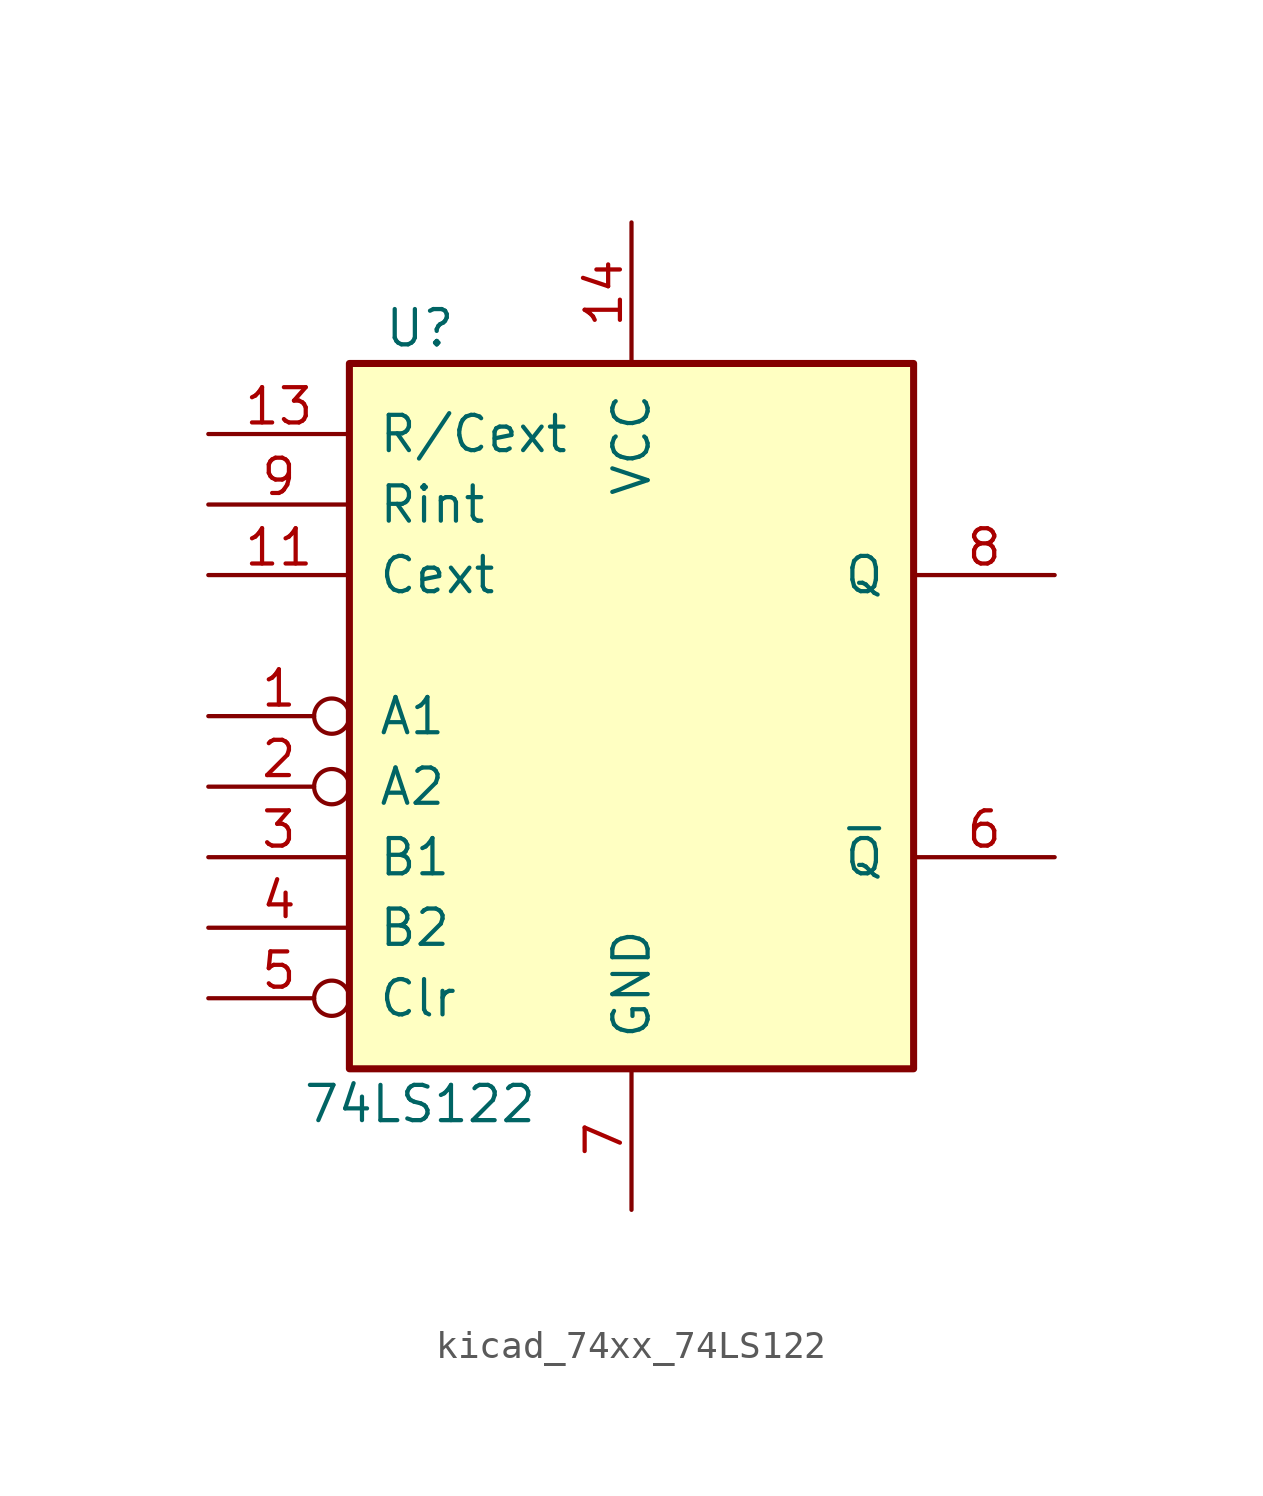
<source format=kicad_sym>
(kicad_symbol_lib
  (version 20220914)
  (generator kicad_symbol_editor)
  (symbol "kicad_74xx_74LS122"
    (pin_names
      (offset 1.016))
    (property "Reference" "U"
      (at -7.62 13.97 0)
      (effects (font (size 1.27 1.27))))
    (property "Value" "74LS122"
      (at -7.62 -13.97 0)
      (effects (font (size 1.27 1.27))))
    (property "ki_locked" ""
      (at 0 0 0)
      (effects (font (size 1.27 1.27))))
    (symbol "kicad_74xx_74LS122_1_0"
      (pin input inverted (at -15.24 0 0) (length 5.08) (name "A1" (effects (font (size 1.27 1.27)))) (number "1" (effects (font (size 1.27 1.27)))))
      (pin input line (at -15.24 5.08 0) (length 5.08) (name "Cext" (effects (font (size 1.27 1.27)))) (number "11" (effects (font (size 1.27 1.27)))))
      (pin input line (at -15.24 10.16 0) (length 5.08) (name "R/Cext" (effects (font (size 1.27 1.27)))) (number "13" (effects (font (size 1.27 1.27)))))
      (pin power_in line (at 0 17.78 270) (length 5.08) (name "VCC" (effects (font (size 1.27 1.27)))) (number "14" (effects (font (size 1.27 1.27)))))
      (pin input inverted (at -15.24 -2.54 0) (length 5.08) (name "A2" (effects (font (size 1.27 1.27)))) (number "2" (effects (font (size 1.27 1.27)))))
      (pin input line (at -15.24 -5.08 0) (length 5.08) (name "B1" (effects (font (size 1.27 1.27)))) (number "3" (effects (font (size 1.27 1.27)))))
      (pin input line (at -15.24 -7.62 0) (length 5.08) (name "B2" (effects (font (size 1.27 1.27)))) (number "4" (effects (font (size 1.27 1.27)))))
      (pin input inverted (at -15.24 -10.16 0) (length 5.08) (name "Clr" (effects (font (size 1.27 1.27)))) (number "5" (effects (font (size 1.27 1.27)))))
      (pin output line (at 15.24 -5.08 180) (length 5.08) (name "~{Q}" (effects (font (size 1.27 1.27)))) (number "6" (effects (font (size 1.27 1.27)))))
      (pin power_in line (at 0 -17.78 90) (length 5.08) (name "GND" (effects (font (size 1.27 1.27)))) (number "7" (effects (font (size 1.27 1.27)))))
      (pin output line (at 15.24 5.08 180) (length 5.08) (name "Q" (effects (font (size 1.27 1.27)))) (number "8" (effects (font (size 1.27 1.27)))))
      (pin input line (at -15.24 7.62 0) (length 5.08) (name "Rint" (effects (font (size 1.27 1.27)))) (number "9" (effects (font (size 1.27 1.27))))))
    (symbol "kicad_74xx_74LS122_1_1"
      (rectangle (start -10.16 12.7) (end 10.16 -12.7) (stroke (width 0.254) (type default)) (fill (type background))))))
</source>
